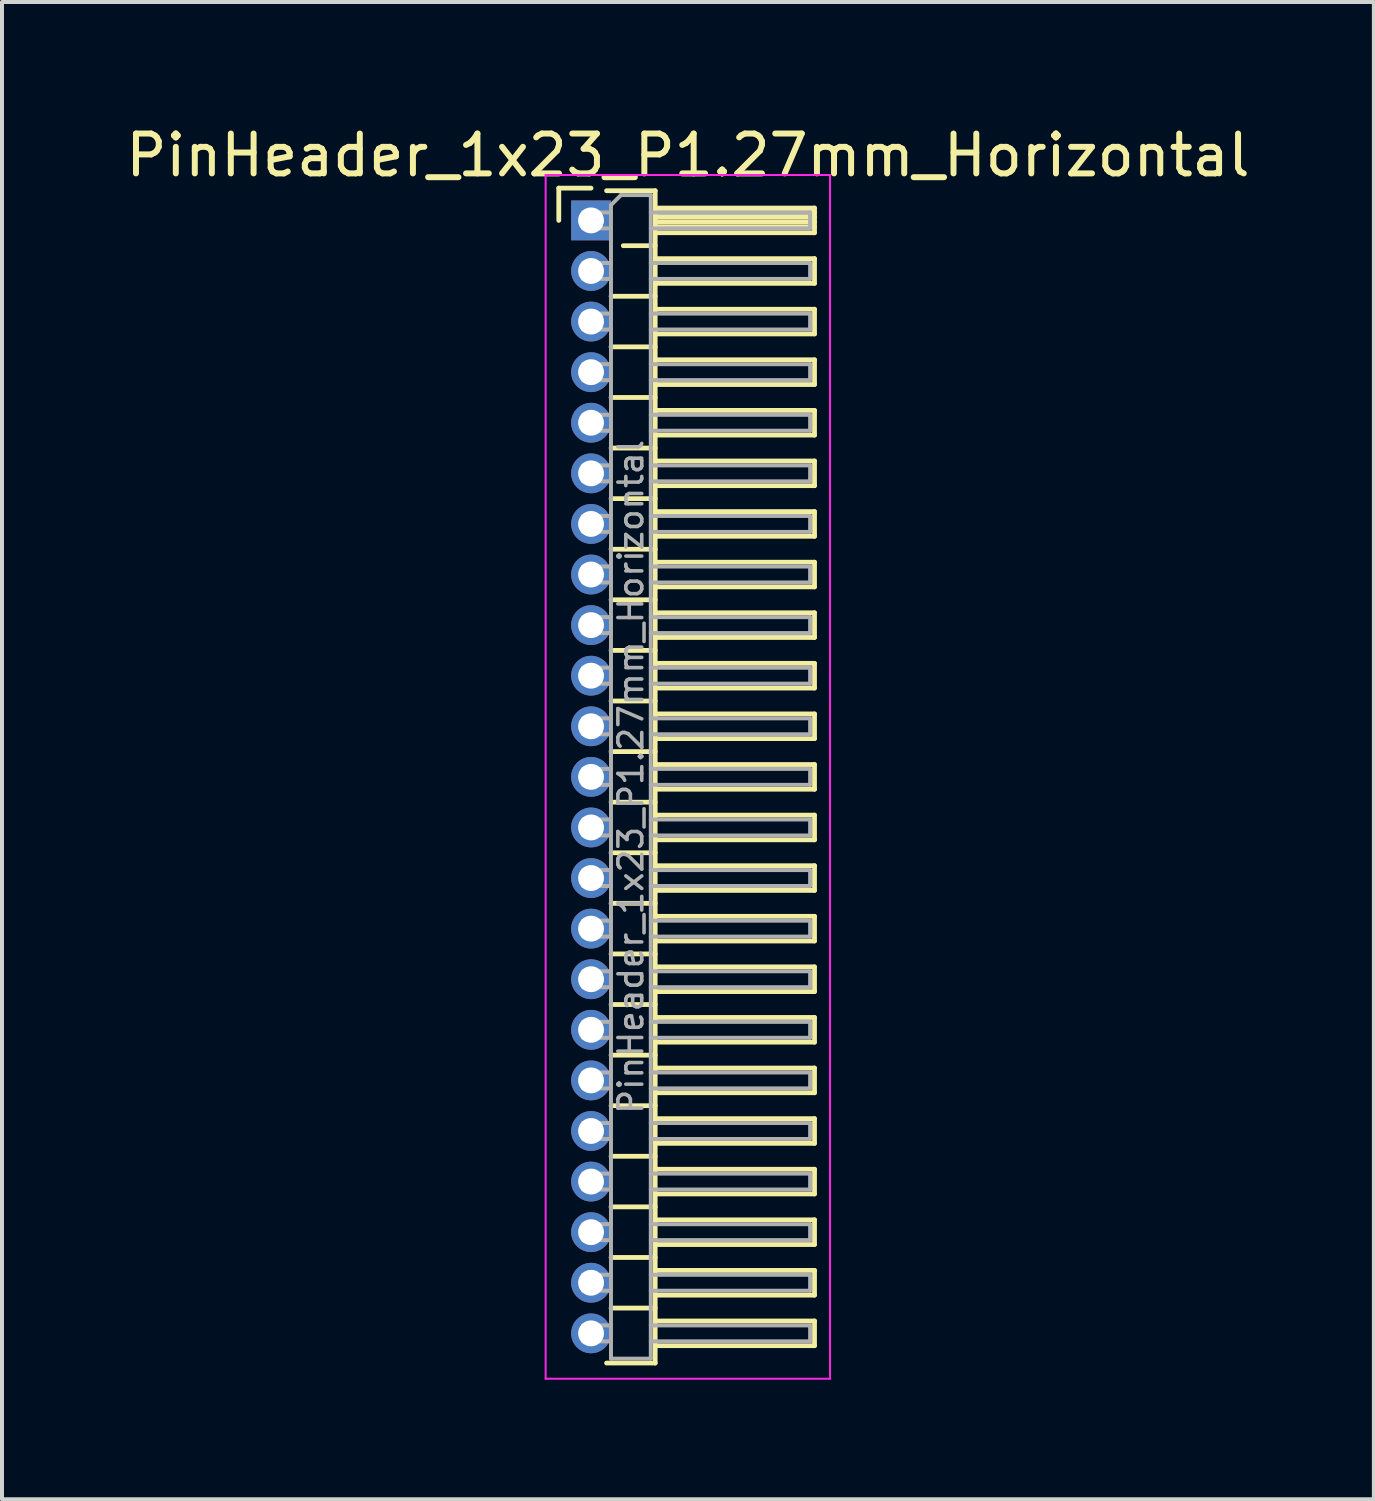
<source format=kicad_pcb>
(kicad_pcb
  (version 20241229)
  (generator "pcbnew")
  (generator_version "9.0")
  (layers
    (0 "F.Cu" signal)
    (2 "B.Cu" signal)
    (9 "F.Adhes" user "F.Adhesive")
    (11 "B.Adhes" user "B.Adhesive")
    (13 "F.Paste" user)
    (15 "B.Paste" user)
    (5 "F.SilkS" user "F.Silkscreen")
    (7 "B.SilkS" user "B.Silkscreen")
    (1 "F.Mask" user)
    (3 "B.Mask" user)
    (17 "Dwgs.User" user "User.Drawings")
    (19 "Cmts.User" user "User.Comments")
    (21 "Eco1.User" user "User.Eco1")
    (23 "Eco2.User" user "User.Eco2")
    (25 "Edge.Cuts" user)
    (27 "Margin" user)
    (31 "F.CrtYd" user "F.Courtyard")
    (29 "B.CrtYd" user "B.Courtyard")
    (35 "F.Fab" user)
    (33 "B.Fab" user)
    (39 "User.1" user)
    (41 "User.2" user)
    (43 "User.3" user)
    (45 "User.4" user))
  (footprint "PinHeader_1x23_P1.27mm_Horizontal"
    (layer "F.Cu")
    (at 11.788 2.483)
    (property "Reference" "PinHeader_1x23_P1.27mm_Horizontal" (at 2.433 -1.635 0) (layer "F.SilkS") (effects (font (size 1 1) (thickness 0.15))))
    (attr through_hole)
    (fp_line (start -0.81 -0.81) (end 0 -0.81) (stroke (width 0.12) (type solid)) (layer "F.SilkS"))
    (fp_line (start -0.81 0) (end -0.81 -0.81) (stroke (width 0.12) (type solid)) (layer "F.SilkS"))
    (fp_line (start 0.39 -0.745) (end 1.61 -0.745) (stroke (width 0.12) (type solid)) (layer "F.SilkS"))
    (fp_line (start 0.503 1.905) (end 1.61 1.905) (stroke (width 0.12) (type solid)) (layer "F.SilkS"))
    (fp_line (start 0.503 3.175) (end 1.61 3.175) (stroke (width 0.12) (type solid)) (layer "F.SilkS"))
    (fp_line (start 0.503 4.445) (end 1.61 4.445) (stroke (width 0.12) (type solid)) (layer "F.SilkS"))
    (fp_line (start 0.503 5.715) (end 1.61 5.715) (stroke (width 0.12) (type solid)) (layer "F.SilkS"))
    (fp_line (start 0.503 6.985) (end 1.61 6.985) (stroke (width 0.12) (type solid)) (layer "F.SilkS"))
    (fp_line (start 0.503 8.255) (end 1.61 8.255) (stroke (width 0.12) (type solid)) (layer "F.SilkS"))
    (fp_line (start 0.503 9.525) (end 1.61 9.525) (stroke (width 0.12) (type solid)) (layer "F.SilkS"))
    (fp_line (start 0.503 10.795) (end 1.61 10.795) (stroke (width 0.12) (type solid)) (layer "F.SilkS"))
    (fp_line (start 0.503 12.065) (end 1.61 12.065) (stroke (width 0.12) (type solid)) (layer "F.SilkS"))
    (fp_line (start 0.503 13.335) (end 1.61 13.335) (stroke (width 0.12) (type solid)) (layer "F.SilkS"))
    (fp_line (start 0.503 14.605) (end 1.61 14.605) (stroke (width 0.12) (type solid)) (layer "F.SilkS"))
    (fp_line (start 0.503 15.875) (end 1.61 15.875) (stroke (width 0.12) (type solid)) (layer "F.SilkS"))
    (fp_line (start 0.503 17.145) (end 1.61 17.145) (stroke (width 0.12) (type solid)) (layer "F.SilkS"))
    (fp_line (start 0.503 18.415) (end 1.61 18.415) (stroke (width 0.12) (type solid)) (layer "F.SilkS"))
    (fp_line (start 0.503 19.685) (end 1.61 19.685) (stroke (width 0.12) (type solid)) (layer "F.SilkS"))
    (fp_line (start 0.503 20.955) (end 1.61 20.955) (stroke (width 0.12) (type solid)) (layer "F.SilkS"))
    (fp_line (start 0.503 22.225) (end 1.61 22.225) (stroke (width 0.12) (type solid)) (layer "F.SilkS"))
    (fp_line (start 0.503 23.495) (end 1.61 23.495) (stroke (width 0.12) (type solid)) (layer "F.SilkS"))
    (fp_line (start 0.503 24.765) (end 1.61 24.765) (stroke (width 0.12) (type solid)) (layer "F.SilkS"))
    (fp_line (start 0.503 26.035) (end 1.61 26.035) (stroke (width 0.12) (type solid)) (layer "F.SilkS"))
    (fp_line (start 0.503 27.305) (end 1.61 27.305) (stroke (width 0.12) (type solid)) (layer "F.SilkS"))
    (fp_line (start 0.81 0.635) (end 1.61 0.635) (stroke (width 0.12) (type solid)) (layer "F.SilkS"))
    (fp_line (start 1.61 -0.745) (end 1.61 28.685) (stroke (width 0.12) (type solid)) (layer "F.SilkS"))
    (fp_line (start 1.61 -0.31) (end 5.61 -0.31) (stroke (width 0.12) (type solid)) (layer "F.SilkS"))
    (fp_line (start 1.61 -0.2) (end 5.61 -0.2) (stroke (width 0.12) (type solid)) (layer "F.SilkS"))
    (fp_line (start 1.61 -0.08) (end 5.61 -0.08) (stroke (width 0.12) (type solid)) (layer "F.SilkS"))
    (fp_line (start 1.61 0.04) (end 5.61 0.04) (stroke (width 0.12) (type solid)) (layer "F.SilkS"))
    (fp_line (start 1.61 0.16) (end 5.61 0.16) (stroke (width 0.12) (type solid)) (layer "F.SilkS"))
    (fp_line (start 1.61 0.96) (end 5.61 0.96) (stroke (width 0.12) (type solid)) (layer "F.SilkS"))
    (fp_line (start 1.61 2.23) (end 5.61 2.23) (stroke (width 0.12) (type solid)) (layer "F.SilkS"))
    (fp_line (start 1.61 3.5) (end 5.61 3.5) (stroke (width 0.12) (type solid)) (layer "F.SilkS"))
    (fp_line (start 1.61 4.77) (end 5.61 4.77) (stroke (width 0.12) (type solid)) (layer "F.SilkS"))
    (fp_line (start 1.61 6.04) (end 5.61 6.04) (stroke (width 0.12) (type solid)) (layer "F.SilkS"))
    (fp_line (start 1.61 7.31) (end 5.61 7.31) (stroke (width 0.12) (type solid)) (layer "F.SilkS"))
    (fp_line (start 1.61 8.58) (end 5.61 8.58) (stroke (width 0.12) (type solid)) (layer "F.SilkS"))
    (fp_line (start 1.61 9.85) (end 5.61 9.85) (stroke (width 0.12) (type solid)) (layer "F.SilkS"))
    (fp_line (start 1.61 11.12) (end 5.61 11.12) (stroke (width 0.12) (type solid)) (layer "F.SilkS"))
    (fp_line (start 1.61 12.39) (end 5.61 12.39) (stroke (width 0.12) (type solid)) (layer "F.SilkS"))
    (fp_line (start 1.61 13.66) (end 5.61 13.66) (stroke (width 0.12) (type solid)) (layer "F.SilkS"))
    (fp_line (start 1.61 14.93) (end 5.61 14.93) (stroke (width 0.12) (type solid)) (layer "F.SilkS"))
    (fp_line (start 1.61 16.2) (end 5.61 16.2) (stroke (width 0.12) (type solid)) (layer "F.SilkS"))
    (fp_line (start 1.61 17.47) (end 5.61 17.47) (stroke (width 0.12) (type solid)) (layer "F.SilkS"))
    (fp_line (start 1.61 18.74) (end 5.61 18.74) (stroke (width 0.12) (type solid)) (layer "F.SilkS"))
    (fp_line (start 1.61 20.01) (end 5.61 20.01) (stroke (width 0.12) (type solid)) (layer "F.SilkS"))
    (fp_line (start 1.61 21.28) (end 5.61 21.28) (stroke (width 0.12) (type solid)) (layer "F.SilkS"))
    (fp_line (start 1.61 22.55) (end 5.61 22.55) (stroke (width 0.12) (type solid)) (layer "F.SilkS"))
    (fp_line (start 1.61 23.82) (end 5.61 23.82) (stroke (width 0.12) (type solid)) (layer "F.SilkS"))
    (fp_line (start 1.61 25.09) (end 5.61 25.09) (stroke (width 0.12) (type solid)) (layer "F.SilkS"))
    (fp_line (start 1.61 26.36) (end 5.61 26.36) (stroke (width 0.12) (type solid)) (layer "F.SilkS"))
    (fp_line (start 1.61 27.63) (end 5.61 27.63) (stroke (width 0.12) (type solid)) (layer "F.SilkS"))
    (fp_line (start 1.61 28.685) (end 0.39 28.685) (stroke (width 0.12) (type solid)) (layer "F.SilkS"))
    (fp_line (start 5.61 -0.31) (end 5.61 0.31) (stroke (width 0.12) (type solid)) (layer "F.SilkS"))
    (fp_line (start 5.61 0.31) (end 1.61 0.31) (stroke (width 0.12) (type solid)) (layer "F.SilkS"))
    (fp_line (start 5.61 0.96) (end 5.61 1.58) (stroke (width 0.12) (type solid)) (layer "F.SilkS"))
    (fp_line (start 5.61 1.58) (end 1.61 1.58) (stroke (width 0.12) (type solid)) (layer "F.SilkS"))
    (fp_line (start 5.61 2.23) (end 5.61 2.85) (stroke (width 0.12) (type solid)) (layer "F.SilkS"))
    (fp_line (start 5.61 2.85) (end 1.61 2.85) (stroke (width 0.12) (type solid)) (layer "F.SilkS"))
    (fp_line (start 5.61 3.5) (end 5.61 4.12) (stroke (width 0.12) (type solid)) (layer "F.SilkS"))
    (fp_line (start 5.61 4.12) (end 1.61 4.12) (stroke (width 0.12) (type solid)) (layer "F.SilkS"))
    (fp_line (start 5.61 4.77) (end 5.61 5.39) (stroke (width 0.12) (type solid)) (layer "F.SilkS"))
    (fp_line (start 5.61 5.39) (end 1.61 5.39) (stroke (width 0.12) (type solid)) (layer "F.SilkS"))
    (fp_line (start 5.61 6.04) (end 5.61 6.66) (stroke (width 0.12) (type solid)) (layer "F.SilkS"))
    (fp_line (start 5.61 6.66) (end 1.61 6.66) (stroke (width 0.12) (type solid)) (layer "F.SilkS"))
    (fp_line (start 5.61 7.31) (end 5.61 7.93) (stroke (width 0.12) (type solid)) (layer "F.SilkS"))
    (fp_line (start 5.61 7.93) (end 1.61 7.93) (stroke (width 0.12) (type solid)) (layer "F.SilkS"))
    (fp_line (start 5.61 8.58) (end 5.61 9.2) (stroke (width 0.12) (type solid)) (layer "F.SilkS"))
    (fp_line (start 5.61 9.2) (end 1.61 9.2) (stroke (width 0.12) (type solid)) (layer "F.SilkS"))
    (fp_line (start 5.61 9.85) (end 5.61 10.47) (stroke (width 0.12) (type solid)) (layer "F.SilkS"))
    (fp_line (start 5.61 10.47) (end 1.61 10.47) (stroke (width 0.12) (type solid)) (layer "F.SilkS"))
    (fp_line (start 5.61 11.12) (end 5.61 11.74) (stroke (width 0.12) (type solid)) (layer "F.SilkS"))
    (fp_line (start 5.61 11.74) (end 1.61 11.74) (stroke (width 0.12) (type solid)) (layer "F.SilkS"))
    (fp_line (start 5.61 12.39) (end 5.61 13.01) (stroke (width 0.12) (type solid)) (layer "F.SilkS"))
    (fp_line (start 5.61 13.01) (end 1.61 13.01) (stroke (width 0.12) (type solid)) (layer "F.SilkS"))
    (fp_line (start 5.61 13.66) (end 5.61 14.28) (stroke (width 0.12) (type solid)) (layer "F.SilkS"))
    (fp_line (start 5.61 14.28) (end 1.61 14.28) (stroke (width 0.12) (type solid)) (layer "F.SilkS"))
    (fp_line (start 5.61 14.93) (end 5.61 15.55) (stroke (width 0.12) (type solid)) (layer "F.SilkS"))
    (fp_line (start 5.61 15.55) (end 1.61 15.55) (stroke (width 0.12) (type solid)) (layer "F.SilkS"))
    (fp_line (start 5.61 16.2) (end 5.61 16.82) (stroke (width 0.12) (type solid)) (layer "F.SilkS"))
    (fp_line (start 5.61 16.82) (end 1.61 16.82) (stroke (width 0.12) (type solid)) (layer "F.SilkS"))
    (fp_line (start 5.61 17.47) (end 5.61 18.09) (stroke (width 0.12) (type solid)) (layer "F.SilkS"))
    (fp_line (start 5.61 18.09) (end 1.61 18.09) (stroke (width 0.12) (type solid)) (layer "F.SilkS"))
    (fp_line (start 5.61 18.74) (end 5.61 19.36) (stroke (width 0.12) (type solid)) (layer "F.SilkS"))
    (fp_line (start 5.61 19.36) (end 1.61 19.36) (stroke (width 0.12) (type solid)) (layer "F.SilkS"))
    (fp_line (start 5.61 20.01) (end 5.61 20.63) (stroke (width 0.12) (type solid)) (layer "F.SilkS"))
    (fp_line (start 5.61 20.63) (end 1.61 20.63) (stroke (width 0.12) (type solid)) (layer "F.SilkS"))
    (fp_line (start 5.61 21.28) (end 5.61 21.9) (stroke (width 0.12) (type solid)) (layer "F.SilkS"))
    (fp_line (start 5.61 21.9) (end 1.61 21.9) (stroke (width 0.12) (type solid)) (layer "F.SilkS"))
    (fp_line (start 5.61 22.55) (end 5.61 23.17) (stroke (width 0.12) (type solid)) (layer "F.SilkS"))
    (fp_line (start 5.61 23.17) (end 1.61 23.17) (stroke (width 0.12) (type solid)) (layer "F.SilkS"))
    (fp_line (start 5.61 23.82) (end 5.61 24.44) (stroke (width 0.12) (type solid)) (layer "F.SilkS"))
    (fp_line (start 5.61 24.44) (end 1.61 24.44) (stroke (width 0.12) (type solid)) (layer "F.SilkS"))
    (fp_line (start 5.61 25.09) (end 5.61 25.71) (stroke (width 0.12) (type solid)) (layer "F.SilkS"))
    (fp_line (start 5.61 25.71) (end 1.61 25.71) (stroke (width 0.12) (type solid)) (layer "F.SilkS"))
    (fp_line (start 5.61 26.36) (end 5.61 26.98) (stroke (width 0.12) (type solid)) (layer "F.SilkS"))
    (fp_line (start 5.61 26.98) (end 1.61 26.98) (stroke (width 0.12) (type solid)) (layer "F.SilkS"))
    (fp_line (start 5.61 27.63) (end 5.61 28.25) (stroke (width 0.12) (type solid)) (layer "F.SilkS"))
    (fp_line (start 5.61 28.25) (end 1.61 28.25) (stroke (width 0.12) (type solid)) (layer "F.SilkS"))
    (fp_line (start -1.14 -1.14) (end -1.14 29.08) (stroke (width 0.05) (type solid)) (layer "F.CrtYd"))
    (fp_line (start -1.14 29.08) (end 6 29.08) (stroke (width 0.05) (type solid)) (layer "F.CrtYd"))
    (fp_line (start 6 -1.14) (end -1.14 -1.14) (stroke (width 0.05) (type solid)) (layer "F.CrtYd"))
    (fp_line (start 6 29.08) (end 6 -1.14) (stroke (width 0.05) (type solid)) (layer "F.CrtYd"))
    (fp_line (start -0.2 -0.2) (end -0.2 0.2) (stroke (width 0.1) (type solid)) (layer "F.Fab"))
    (fp_line (start -0.2 -0.2) (end 0.5 -0.2) (stroke (width 0.1) (type solid)) (layer "F.Fab"))
    (fp_line (start -0.2 0.2) (end 0.5 0.2) (stroke (width 0.1) (type solid)) (layer "F.Fab"))
    (fp_line (start -0.2 1.07) (end -0.2 1.47) (stroke (width 0.1) (type solid)) (layer "F.Fab"))
    (fp_line (start -0.2 1.07) (end 0.5 1.07) (stroke (width 0.1) (type solid)) (layer "F.Fab"))
    (fp_line (start -0.2 1.47) (end 0.5 1.47) (stroke (width 0.1) (type solid)) (layer "F.Fab"))
    (fp_line (start -0.2 2.34) (end -0.2 2.74) (stroke (width 0.1) (type solid)) (layer "F.Fab"))
    (fp_line (start -0.2 2.34) (end 0.5 2.34) (stroke (width 0.1) (type solid)) (layer "F.Fab"))
    (fp_line (start -0.2 2.74) (end 0.5 2.74) (stroke (width 0.1) (type solid)) (layer "F.Fab"))
    (fp_line (start -0.2 3.61) (end -0.2 4.01) (stroke (width 0.1) (type solid)) (layer "F.Fab"))
    (fp_line (start -0.2 3.61) (end 0.5 3.61) (stroke (width 0.1) (type solid)) (layer "F.Fab"))
    (fp_line (start -0.2 4.01) (end 0.5 4.01) (stroke (width 0.1) (type solid)) (layer "F.Fab"))
    (fp_line (start -0.2 4.88) (end -0.2 5.28) (stroke (width 0.1) (type solid)) (layer "F.Fab"))
    (fp_line (start -0.2 4.88) (end 0.5 4.88) (stroke (width 0.1) (type solid)) (layer "F.Fab"))
    (fp_line (start -0.2 5.28) (end 0.5 5.28) (stroke (width 0.1) (type solid)) (layer "F.Fab"))
    (fp_line (start -0.2 6.15) (end -0.2 6.55) (stroke (width 0.1) (type solid)) (layer "F.Fab"))
    (fp_line (start -0.2 6.15) (end 0.5 6.15) (stroke (width 0.1) (type solid)) (layer "F.Fab"))
    (fp_line (start -0.2 6.55) (end 0.5 6.55) (stroke (width 0.1) (type solid)) (layer "F.Fab"))
    (fp_line (start -0.2 7.42) (end -0.2 7.82) (stroke (width 0.1) (type solid)) (layer "F.Fab"))
    (fp_line (start -0.2 7.42) (end 0.5 7.42) (stroke (width 0.1) (type solid)) (layer "F.Fab"))
    (fp_line (start -0.2 7.82) (end 0.5 7.82) (stroke (width 0.1) (type solid)) (layer "F.Fab"))
    (fp_line (start -0.2 8.69) (end -0.2 9.09) (stroke (width 0.1) (type solid)) (layer "F.Fab"))
    (fp_line (start -0.2 8.69) (end 0.5 8.69) (stroke (width 0.1) (type solid)) (layer "F.Fab"))
    (fp_line (start -0.2 9.09) (end 0.5 9.09) (stroke (width 0.1) (type solid)) (layer "F.Fab"))
    (fp_line (start -0.2 9.96) (end -0.2 10.36) (stroke (width 0.1) (type solid)) (layer "F.Fab"))
    (fp_line (start -0.2 9.96) (end 0.5 9.96) (stroke (width 0.1) (type solid)) (layer "F.Fab"))
    (fp_line (start -0.2 10.36) (end 0.5 10.36) (stroke (width 0.1) (type solid)) (layer "F.Fab"))
    (fp_line (start -0.2 11.23) (end -0.2 11.63) (stroke (width 0.1) (type solid)) (layer "F.Fab"))
    (fp_line (start -0.2 11.23) (end 0.5 11.23) (stroke (width 0.1) (type solid)) (layer "F.Fab"))
    (fp_line (start -0.2 11.63) (end 0.5 11.63) (stroke (width 0.1) (type solid)) (layer "F.Fab"))
    (fp_line (start -0.2 12.5) (end -0.2 12.9) (stroke (width 0.1) (type solid)) (layer "F.Fab"))
    (fp_line (start -0.2 12.5) (end 0.5 12.5) (stroke (width 0.1) (type solid)) (layer "F.Fab"))
    (fp_line (start -0.2 12.9) (end 0.5 12.9) (stroke (width 0.1) (type solid)) (layer "F.Fab"))
    (fp_line (start -0.2 13.77) (end -0.2 14.17) (stroke (width 0.1) (type solid)) (layer "F.Fab"))
    (fp_line (start -0.2 13.77) (end 0.5 13.77) (stroke (width 0.1) (type solid)) (layer "F.Fab"))
    (fp_line (start -0.2 14.17) (end 0.5 14.17) (stroke (width 0.1) (type solid)) (layer "F.Fab"))
    (fp_line (start -0.2 15.04) (end -0.2 15.44) (stroke (width 0.1) (type solid)) (layer "F.Fab"))
    (fp_line (start -0.2 15.04) (end 0.5 15.04) (stroke (width 0.1) (type solid)) (layer "F.Fab"))
    (fp_line (start -0.2 15.44) (end 0.5 15.44) (stroke (width 0.1) (type solid)) (layer "F.Fab"))
    (fp_line (start -0.2 16.31) (end -0.2 16.71) (stroke (width 0.1) (type solid)) (layer "F.Fab"))
    (fp_line (start -0.2 16.31) (end 0.5 16.31) (stroke (width 0.1) (type solid)) (layer "F.Fab"))
    (fp_line (start -0.2 16.71) (end 0.5 16.71) (stroke (width 0.1) (type solid)) (layer "F.Fab"))
    (fp_line (start -0.2 17.58) (end -0.2 17.98) (stroke (width 0.1) (type solid)) (layer "F.Fab"))
    (fp_line (start -0.2 17.58) (end 0.5 17.58) (stroke (width 0.1) (type solid)) (layer "F.Fab"))
    (fp_line (start -0.2 17.98) (end 0.5 17.98) (stroke (width 0.1) (type solid)) (layer "F.Fab"))
    (fp_line (start -0.2 18.85) (end -0.2 19.25) (stroke (width 0.1) (type solid)) (layer "F.Fab"))
    (fp_line (start -0.2 18.85) (end 0.5 18.85) (stroke (width 0.1) (type solid)) (layer "F.Fab"))
    (fp_line (start -0.2 19.25) (end 0.5 19.25) (stroke (width 0.1) (type solid)) (layer "F.Fab"))
    (fp_line (start -0.2 20.12) (end -0.2 20.52) (stroke (width 0.1) (type solid)) (layer "F.Fab"))
    (fp_line (start -0.2 20.12) (end 0.5 20.12) (stroke (width 0.1) (type solid)) (layer "F.Fab"))
    (fp_line (start -0.2 20.52) (end 0.5 20.52) (stroke (width 0.1) (type solid)) (layer "F.Fab"))
    (fp_line (start -0.2 21.39) (end -0.2 21.79) (stroke (width 0.1) (type solid)) (layer "F.Fab"))
    (fp_line (start -0.2 21.39) (end 0.5 21.39) (stroke (width 0.1) (type solid)) (layer "F.Fab"))
    (fp_line (start -0.2 21.79) (end 0.5 21.79) (stroke (width 0.1) (type solid)) (layer "F.Fab"))
    (fp_line (start -0.2 22.66) (end -0.2 23.06) (stroke (width 0.1) (type solid)) (layer "F.Fab"))
    (fp_line (start -0.2 22.66) (end 0.5 22.66) (stroke (width 0.1) (type solid)) (layer "F.Fab"))
    (fp_line (start -0.2 23.06) (end 0.5 23.06) (stroke (width 0.1) (type solid)) (layer "F.Fab"))
    (fp_line (start -0.2 23.93) (end -0.2 24.33) (stroke (width 0.1) (type solid)) (layer "F.Fab"))
    (fp_line (start -0.2 23.93) (end 0.5 23.93) (stroke (width 0.1) (type solid)) (layer "F.Fab"))
    (fp_line (start -0.2 24.33) (end 0.5 24.33) (stroke (width 0.1) (type solid)) (layer "F.Fab"))
    (fp_line (start -0.2 25.2) (end -0.2 25.6) (stroke (width 0.1) (type solid)) (layer "F.Fab"))
    (fp_line (start -0.2 25.2) (end 0.5 25.2) (stroke (width 0.1) (type solid)) (layer "F.Fab"))
    (fp_line (start -0.2 25.6) (end 0.5 25.6) (stroke (width 0.1) (type solid)) (layer "F.Fab"))
    (fp_line (start -0.2 26.47) (end -0.2 26.87) (stroke (width 0.1) (type solid)) (layer "F.Fab"))
    (fp_line (start -0.2 26.47) (end 0.5 26.47) (stroke (width 0.1) (type solid)) (layer "F.Fab"))
    (fp_line (start -0.2 26.87) (end 0.5 26.87) (stroke (width 0.1) (type solid)) (layer "F.Fab"))
    (fp_line (start -0.2 27.74) (end -0.2 28.14) (stroke (width 0.1) (type solid)) (layer "F.Fab"))
    (fp_line (start -0.2 27.74) (end 0.5 27.74) (stroke (width 0.1) (type solid)) (layer "F.Fab"))
    (fp_line (start -0.2 28.14) (end 0.5 28.14) (stroke (width 0.1) (type solid)) (layer "F.Fab"))
    (fp_line (start 0.5 -0.385) (end 0.75 -0.635) (stroke (width 0.1) (type solid)) (layer "F.Fab"))
    (fp_line (start 0.5 28.575) (end 0.5 -0.385) (stroke (width 0.1) (type solid)) (layer "F.Fab"))
    (fp_line (start 0.75 -0.635) (end 1.5 -0.635) (stroke (width 0.1) (type solid)) (layer "F.Fab"))
    (fp_line (start 1.5 -0.635) (end 1.5 28.575) (stroke (width 0.1) (type solid)) (layer "F.Fab"))
    (fp_line (start 1.5 -0.2) (end 5.5 -0.2) (stroke (width 0.1) (type solid)) (layer "F.Fab"))
    (fp_line (start 1.5 0.2) (end 5.5 0.2) (stroke (width 0.1) (type solid)) (layer "F.Fab"))
    (fp_line (start 1.5 1.07) (end 5.5 1.07) (stroke (width 0.1) (type solid)) (layer "F.Fab"))
    (fp_line (start 1.5 1.47) (end 5.5 1.47) (stroke (width 0.1) (type solid)) (layer "F.Fab"))
    (fp_line (start 1.5 2.34) (end 5.5 2.34) (stroke (width 0.1) (type solid)) (layer "F.Fab"))
    (fp_line (start 1.5 2.74) (end 5.5 2.74) (stroke (width 0.1) (type solid)) (layer "F.Fab"))
    (fp_line (start 1.5 3.61) (end 5.5 3.61) (stroke (width 0.1) (type solid)) (layer "F.Fab"))
    (fp_line (start 1.5 4.01) (end 5.5 4.01) (stroke (width 0.1) (type solid)) (layer "F.Fab"))
    (fp_line (start 1.5 4.88) (end 5.5 4.88) (stroke (width 0.1) (type solid)) (layer "F.Fab"))
    (fp_line (start 1.5 5.28) (end 5.5 5.28) (stroke (width 0.1) (type solid)) (layer "F.Fab"))
    (fp_line (start 1.5 6.15) (end 5.5 6.15) (stroke (width 0.1) (type solid)) (layer "F.Fab"))
    (fp_line (start 1.5 6.55) (end 5.5 6.55) (stroke (width 0.1) (type solid)) (layer "F.Fab"))
    (fp_line (start 1.5 7.42) (end 5.5 7.42) (stroke (width 0.1) (type solid)) (layer "F.Fab"))
    (fp_line (start 1.5 7.82) (end 5.5 7.82) (stroke (width 0.1) (type solid)) (layer "F.Fab"))
    (fp_line (start 1.5 8.69) (end 5.5 8.69) (stroke (width 0.1) (type solid)) (layer "F.Fab"))
    (fp_line (start 1.5 9.09) (end 5.5 9.09) (stroke (width 0.1) (type solid)) (layer "F.Fab"))
    (fp_line (start 1.5 9.96) (end 5.5 9.96) (stroke (width 0.1) (type solid)) (layer "F.Fab"))
    (fp_line (start 1.5 10.36) (end 5.5 10.36) (stroke (width 0.1) (type solid)) (layer "F.Fab"))
    (fp_line (start 1.5 11.23) (end 5.5 11.23) (stroke (width 0.1) (type solid)) (layer "F.Fab"))
    (fp_line (start 1.5 11.63) (end 5.5 11.63) (stroke (width 0.1) (type solid)) (layer "F.Fab"))
    (fp_line (start 1.5 12.5) (end 5.5 12.5) (stroke (width 0.1) (type solid)) (layer "F.Fab"))
    (fp_line (start 1.5 12.9) (end 5.5 12.9) (stroke (width 0.1) (type solid)) (layer "F.Fab"))
    (fp_line (start 1.5 13.77) (end 5.5 13.77) (stroke (width 0.1) (type solid)) (layer "F.Fab"))
    (fp_line (start 1.5 14.17) (end 5.5 14.17) (stroke (width 0.1) (type solid)) (layer "F.Fab"))
    (fp_line (start 1.5 15.04) (end 5.5 15.04) (stroke (width 0.1) (type solid)) (layer "F.Fab"))
    (fp_line (start 1.5 15.44) (end 5.5 15.44) (stroke (width 0.1) (type solid)) (layer "F.Fab"))
    (fp_line (start 1.5 16.31) (end 5.5 16.31) (stroke (width 0.1) (type solid)) (layer "F.Fab"))
    (fp_line (start 1.5 16.71) (end 5.5 16.71) (stroke (width 0.1) (type solid)) (layer "F.Fab"))
    (fp_line (start 1.5 17.58) (end 5.5 17.58) (stroke (width 0.1) (type solid)) (layer "F.Fab"))
    (fp_line (start 1.5 17.98) (end 5.5 17.98) (stroke (width 0.1) (type solid)) (layer "F.Fab"))
    (fp_line (start 1.5 18.85) (end 5.5 18.85) (stroke (width 0.1) (type solid)) (layer "F.Fab"))
    (fp_line (start 1.5 19.25) (end 5.5 19.25) (stroke (width 0.1) (type solid)) (layer "F.Fab"))
    (fp_line (start 1.5 20.12) (end 5.5 20.12) (stroke (width 0.1) (type solid)) (layer "F.Fab"))
    (fp_line (start 1.5 20.52) (end 5.5 20.52) (stroke (width 0.1) (type solid)) (layer "F.Fab"))
    (fp_line (start 1.5 21.39) (end 5.5 21.39) (stroke (width 0.1) (type solid)) (layer "F.Fab"))
    (fp_line (start 1.5 21.79) (end 5.5 21.79) (stroke (width 0.1) (type solid)) (layer "F.Fab"))
    (fp_line (start 1.5 22.66) (end 5.5 22.66) (stroke (width 0.1) (type solid)) (layer "F.Fab"))
    (fp_line (start 1.5 23.06) (end 5.5 23.06) (stroke (width 0.1) (type solid)) (layer "F.Fab"))
    (fp_line (start 1.5 23.93) (end 5.5 23.93) (stroke (width 0.1) (type solid)) (layer "F.Fab"))
    (fp_line (start 1.5 24.33) (end 5.5 24.33) (stroke (width 0.1) (type solid)) (layer "F.Fab"))
    (fp_line (start 1.5 25.2) (end 5.5 25.2) (stroke (width 0.1) (type solid)) (layer "F.Fab"))
    (fp_line (start 1.5 25.6) (end 5.5 25.6) (stroke (width 0.1) (type solid)) (layer "F.Fab"))
    (fp_line (start 1.5 26.47) (end 5.5 26.47) (stroke (width 0.1) (type solid)) (layer "F.Fab"))
    (fp_line (start 1.5 26.87) (end 5.5 26.87) (stroke (width 0.1) (type solid)) (layer "F.Fab"))
    (fp_line (start 1.5 27.74) (end 5.5 27.74) (stroke (width 0.1) (type solid)) (layer "F.Fab"))
    (fp_line (start 1.5 28.14) (end 5.5 28.14) (stroke (width 0.1) (type solid)) (layer "F.Fab"))
    (fp_line (start 1.5 28.575) (end 0.5 28.575) (stroke (width 0.1) (type solid)) (layer "F.Fab"))
    (fp_line (start 5.5 -0.2) (end 5.5 0.2) (stroke (width 0.1) (type solid)) (layer "F.Fab"))
    (fp_line (start 5.5 1.07) (end 5.5 1.47) (stroke (width 0.1) (type solid)) (layer "F.Fab"))
    (fp_line (start 5.5 2.34) (end 5.5 2.74) (stroke (width 0.1) (type solid)) (layer "F.Fab"))
    (fp_line (start 5.5 3.61) (end 5.5 4.01) (stroke (width 0.1) (type solid)) (layer "F.Fab"))
    (fp_line (start 5.5 4.88) (end 5.5 5.28) (stroke (width 0.1) (type solid)) (layer "F.Fab"))
    (fp_line (start 5.5 6.15) (end 5.5 6.55) (stroke (width 0.1) (type solid)) (layer "F.Fab"))
    (fp_line (start 5.5 7.42) (end 5.5 7.82) (stroke (width 0.1) (type solid)) (layer "F.Fab"))
    (fp_line (start 5.5 8.69) (end 5.5 9.09) (stroke (width 0.1) (type solid)) (layer "F.Fab"))
    (fp_line (start 5.5 9.96) (end 5.5 10.36) (stroke (width 0.1) (type solid)) (layer "F.Fab"))
    (fp_line (start 5.5 11.23) (end 5.5 11.63) (stroke (width 0.1) (type solid)) (layer "F.Fab"))
    (fp_line (start 5.5 12.5) (end 5.5 12.9) (stroke (width 0.1) (type solid)) (layer "F.Fab"))
    (fp_line (start 5.5 13.77) (end 5.5 14.17) (stroke (width 0.1) (type solid)) (layer "F.Fab"))
    (fp_line (start 5.5 15.04) (end 5.5 15.44) (stroke (width 0.1) (type solid)) (layer "F.Fab"))
    (fp_line (start 5.5 16.31) (end 5.5 16.71) (stroke (width 0.1) (type solid)) (layer "F.Fab"))
    (fp_line (start 5.5 17.58) (end 5.5 17.98) (stroke (width 0.1) (type solid)) (layer "F.Fab"))
    (fp_line (start 5.5 18.85) (end 5.5 19.25) (stroke (width 0.1) (type solid)) (layer "F.Fab"))
    (fp_line (start 5.5 20.12) (end 5.5 20.52) (stroke (width 0.1) (type solid)) (layer "F.Fab"))
    (fp_line (start 5.5 21.39) (end 5.5 21.79) (stroke (width 0.1) (type solid)) (layer "F.Fab"))
    (fp_line (start 5.5 22.66) (end 5.5 23.06) (stroke (width 0.1) (type solid)) (layer "F.Fab"))
    (fp_line (start 5.5 23.93) (end 5.5 24.33) (stroke (width 0.1) (type solid)) (layer "F.Fab"))
    (fp_line (start 5.5 25.2) (end 5.5 25.6) (stroke (width 0.1) (type solid)) (layer "F.Fab"))
    (fp_line (start 5.5 26.47) (end 5.5 26.87) (stroke (width 0.1) (type solid)) (layer "F.Fab"))
    (fp_line (start 5.5 27.74) (end 5.5 28.14) (stroke (width 0.1) (type solid)) (layer "F.Fab"))
    (fp_text user "${REFERENCE}" (at 1 13.97 90) (layer "F.Fab") (effects (font (size 0.6 0.6) (thickness 0.09))))
    (pad "1" thru_hole rect (at 0 0) (size 1 1) (drill 0.65) (layers "*.Cu" "*.Mask"))
    (pad "2" thru_hole circle (at 0 1.27) (size 1 1) (drill 0.65) (layers "*.Cu" "*.Mask"))
    (pad "3" thru_hole circle (at 0 2.54) (size 1 1) (drill 0.65) (layers "*.Cu" "*.Mask"))
    (pad "4" thru_hole circle (at 0 3.81) (size 1 1) (drill 0.65) (layers "*.Cu" "*.Mask"))
    (pad "5" thru_hole circle (at 0 5.08) (size 1 1) (drill 0.65) (layers "*.Cu" "*.Mask"))
    (pad "6" thru_hole circle (at 0 6.35) (size 1 1) (drill 0.65) (layers "*.Cu" "*.Mask"))
    (pad "7" thru_hole circle (at 0 7.62) (size 1 1) (drill 0.65) (layers "*.Cu" "*.Mask"))
    (pad "8" thru_hole circle (at 0 8.89) (size 1 1) (drill 0.65) (layers "*.Cu" "*.Mask"))
    (pad "9" thru_hole circle (at 0 10.16) (size 1 1) (drill 0.65) (layers "*.Cu" "*.Mask"))
    (pad "10" thru_hole circle (at 0 11.43) (size 1 1) (drill 0.65) (layers "*.Cu" "*.Mask"))
    (pad "11" thru_hole circle (at 0 12.7) (size 1 1) (drill 0.65) (layers "*.Cu" "*.Mask"))
    (pad "12" thru_hole circle (at 0 13.97) (size 1 1) (drill 0.65) (layers "*.Cu" "*.Mask"))
    (pad "13" thru_hole circle (at 0 15.24) (size 1 1) (drill 0.65) (layers "*.Cu" "*.Mask"))
    (pad "14" thru_hole circle (at 0 16.51) (size 1 1) (drill 0.65) (layers "*.Cu" "*.Mask"))
    (pad "15" thru_hole circle (at 0 17.78) (size 1 1) (drill 0.65) (layers "*.Cu" "*.Mask"))
    (pad "16" thru_hole circle (at 0 19.05) (size 1 1) (drill 0.65) (layers "*.Cu" "*.Mask"))
    (pad "17" thru_hole circle (at 0 20.32) (size 1 1) (drill 0.65) (layers "*.Cu" "*.Mask"))
    (pad "18" thru_hole circle (at 0 21.59) (size 1 1) (drill 0.65) (layers "*.Cu" "*.Mask"))
    (pad "19" thru_hole circle (at 0 22.86) (size 1 1) (drill 0.65) (layers "*.Cu" "*.Mask"))
    (pad "20" thru_hole circle (at 0 24.13) (size 1 1) (drill 0.65) (layers "*.Cu" "*.Mask"))
    (pad "21" thru_hole circle (at 0 25.4) (size 1 1) (drill 0.65) (layers "*.Cu" "*.Mask"))
    (pad "22" thru_hole circle (at 0 26.67) (size 1 1) (drill 0.65) (layers "*.Cu" "*.Mask"))
    (pad "23" thru_hole circle (at 0 27.94) (size 1 1) (drill 0.65) (layers "*.Cu" "*.Mask")))
  (gr_rect
    (start -3 -3)
    (end 31.44 34.588)
    (stroke (width 0.1) (type default))
    (fill no)
    (layer "Edge.Cuts")))
</source>
